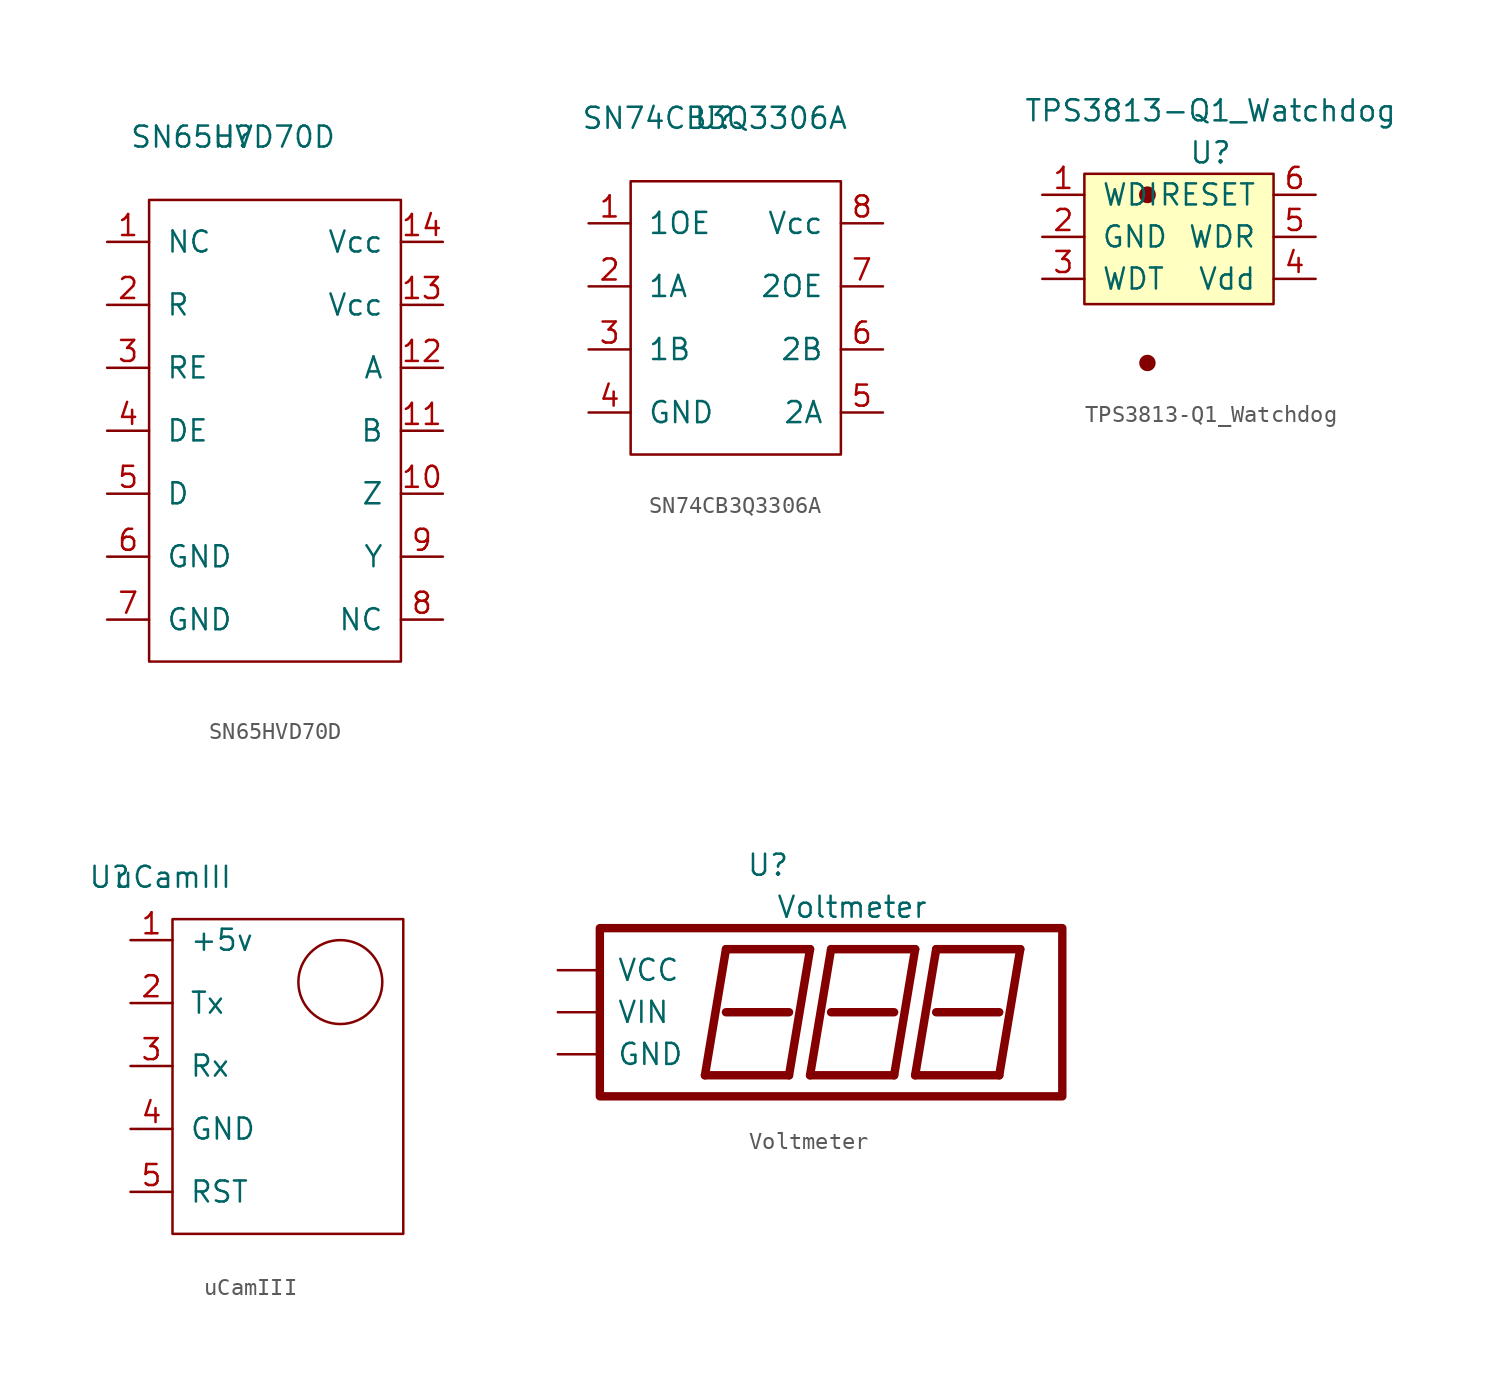
<source format=kicad_sym>
(kicad_symbol_lib
  (version 20211014)
  (generator kicad_symbol_editor)
  (symbol "SN65HVD70D"
    (pin_names
      (offset 1.016))
    (property "Reference" "U"
      (at 0 0 0)
      (effects (font (size 1.27 1.27))))
    (property "Value" "SN65HVD70D"
      (at 0 0 0)
      (effects (font (size 1.27 1.27))))
    (symbol "SN65HVD70D_0_1"
      (rectangle (start -5.08 -3.81) (end 10.16 -31.75) (stroke (width 0) (type default) (color 0 0 0 0)) (fill (type none))))
    (symbol "SN65HVD70D_1_1"
      (pin input line (at -7.62 -6.35 0) (length 2.54) (name "NC" (effects (font (size 1.27 1.27)))) (number "1" (effects (font (size 1.27 1.27)))))
      (pin input line (at 12.7 -21.59 180) (length 2.54) (name "Z" (effects (font (size 1.27 1.27)))) (number "10" (effects (font (size 1.27 1.27)))))
      (pin input line (at 12.7 -17.78 180) (length 2.54) (name "B" (effects (font (size 1.27 1.27)))) (number "11" (effects (font (size 1.27 1.27)))))
      (pin input line (at 12.7 -13.97 180) (length 2.54) (name "A" (effects (font (size 1.27 1.27)))) (number "12" (effects (font (size 1.27 1.27)))))
      (pin input line (at 12.7 -10.16 180) (length 2.54) (name "Vcc" (effects (font (size 1.27 1.27)))) (number "13" (effects (font (size 1.27 1.27)))))
      (pin input line (at 12.7 -6.35 180) (length 2.54) (name "Vcc" (effects (font (size 1.27 1.27)))) (number "14" (effects (font (size 1.27 1.27)))))
      (pin input line (at -7.62 -10.16 0) (length 2.54) (name "R" (effects (font (size 1.27 1.27)))) (number "2" (effects (font (size 1.27 1.27)))))
      (pin input line (at -7.62 -13.97 0) (length 2.54) (name "RE" (effects (font (size 1.27 1.27)))) (number "3" (effects (font (size 1.27 1.27)))))
      (pin input line (at -7.62 -17.78 0) (length 2.54) (name "DE" (effects (font (size 1.27 1.27)))) (number "4" (effects (font (size 1.27 1.27)))))
      (pin input line (at -7.62 -21.59 0) (length 2.54) (name "D" (effects (font (size 1.27 1.27)))) (number "5" (effects (font (size 1.27 1.27)))))
      (pin input line (at -7.62 -25.4 0) (length 2.54) (name "GND" (effects (font (size 1.27 1.27)))) (number "6" (effects (font (size 1.27 1.27)))))
      (pin input line (at -7.62 -29.21 0) (length 2.54) (name "GND" (effects (font (size 1.27 1.27)))) (number "7" (effects (font (size 1.27 1.27)))))
      (pin input line (at 12.7 -29.21 180) (length 2.54) (name "NC" (effects (font (size 1.27 1.27)))) (number "8" (effects (font (size 1.27 1.27)))))
      (pin input line (at 12.7 -25.4 180) (length 2.54) (name "Y" (effects (font (size 1.27 1.27)))) (number "9" (effects (font (size 1.27 1.27)))))))
  (symbol "SN74CB3Q3306A"
    (pin_names
      (offset 1.016))
    (property "Reference" "U"
      (at 0 0 0)
      (effects (font (size 1.27 1.27))))
    (property "Value" "SN74CB3Q3306A"
      (at 0 0 0)
      (effects (font (size 1.27 1.27))))
    (symbol "SN74CB3Q3306A_0_1"
      (rectangle (start -5.08 -3.81) (end 7.62 -20.32) (stroke (width 0) (type default) (color 0 0 0 0)) (fill (type none))))
    (symbol "SN74CB3Q3306A_1_1"
      (pin input line (at -7.62 -6.35 0) (length 2.54) (name "1OE" (effects (font (size 1.27 1.27)))) (number "1" (effects (font (size 1.27 1.27)))))
      (pin input line (at -7.62 -10.16 0) (length 2.54) (name "1A" (effects (font (size 1.27 1.27)))) (number "2" (effects (font (size 1.27 1.27)))))
      (pin input line (at -7.62 -13.97 0) (length 2.54) (name "1B" (effects (font (size 1.27 1.27)))) (number "3" (effects (font (size 1.27 1.27)))))
      (pin input line (at -7.62 -17.78 0) (length 2.54) (name "GND" (effects (font (size 1.27 1.27)))) (number "4" (effects (font (size 1.27 1.27)))))
      (pin input line (at 10.16 -17.78 180) (length 2.54) (name "2A" (effects (font (size 1.27 1.27)))) (number "5" (effects (font (size 1.27 1.27)))))
      (pin input line (at 10.16 -13.97 180) (length 2.54) (name "2B" (effects (font (size 1.27 1.27)))) (number "6" (effects (font (size 1.27 1.27)))))
      (pin input line (at 10.16 -10.16 180) (length 2.54) (name "2OE" (effects (font (size 1.27 1.27)))) (number "7" (effects (font (size 1.27 1.27)))))
      (pin input line (at 10.16 -6.35 180) (length 2.54) (name "Vcc" (effects (font (size 1.27 1.27)))) (number "8" (effects (font (size 1.27 1.27)))))))
  (symbol "TPS3813-Q1_Watchdog"
    (pin_names
      (offset 1.016))
    (property "Reference" "U"
      (at 0 7.62 0)
      (effects (font (size 1.27 1.27))))
    (property "Value" "TPS3813-Q1_Watchdog"
      (at 0 10.16 0)
      (effects (font (size 1.27 1.27))))
    (symbol "TPS3813-Q1_Watchdog_0_1"
      (rectangle (start -3.81 -5.08) (end -3.81 -5.08) (stroke (width 0.991) (type default) (color 0 0 0 0)) (fill (type none)))
      (circle (center -3.81 5.08) (radius 0.0001) (stroke (width 0.508) (type default) (color 0 0 0 0)) (fill (type none)))
      (rectangle (start 3.81 6.35) (end -7.62 -1.524) (stroke (width 0) (type default) (color 0 0 0 0)) (fill (type background))))
    (symbol "TPS3813-Q1_Watchdog_1_1"
      (pin input line (at -10.16 5.08 0) (length 2.54) (name "WDI" (effects (font (size 1.27 1.27)))) (number "1" (effects (font (size 1.27 1.27)))))
      (pin input line (at -10.16 2.54 0) (length 2.54) (name "GND" (effects (font (size 1.27 1.27)))) (number "2" (effects (font (size 1.27 1.27)))))
      (pin input line (at -10.16 0 0) (length 2.54) (name "WDT" (effects (font (size 1.27 1.27)))) (number "3" (effects (font (size 1.27 1.27)))))
      (pin input line (at 6.35 0 180) (length 2.54) (name "Vdd" (effects (font (size 1.27 1.27)))) (number "4" (effects (font (size 1.27 1.27)))))
      (pin input line (at 6.35 2.54 180) (length 2.54) (name "WDR" (effects (font (size 1.27 1.27)))) (number "5" (effects (font (size 1.27 1.27)))))
      (pin output line (at 6.35 5.08 180) (length 2.54) (name "RESET" (effects (font (size 1.27 1.27)))) (number "6" (effects (font (size 1.27 1.27)))))))
  (symbol "uCamIII"
    (pin_names
      (offset 1.016))
    (property "Reference" "U"
      (at -1.27 1.27 0)
      (effects (font (size 1.27 1.27))))
    (property "Value" "uCamIII"
      (at 2.54 1.27 0)
      (effects (font (size 1.27 1.27))))
    (symbol "uCamIII_0_1"
      (rectangle (start 2.54 -1.27) (end 16.51 -20.32) (stroke (width 0) (type default) (color 0 0 0 0)) (fill (type none)))
      (circle (center 12.7 -5.08) (radius 2.54) (stroke (width 0) (type default) (color 0 0 0 0)) (fill (type none))))
    (symbol "uCamIII_1_1"
      (pin input line (at 0 -2.54 0) (length 2.54) (name "+5v" (effects (font (size 1.27 1.27)))) (number "1" (effects (font (size 1.27 1.27)))))
      (pin input line (at 0 -6.35 0) (length 2.54) (name "Tx" (effects (font (size 1.27 1.27)))) (number "2" (effects (font (size 1.27 1.27)))))
      (pin input line (at 0 -10.16 0) (length 2.54) (name "Rx" (effects (font (size 1.27 1.27)))) (number "3" (effects (font (size 1.27 1.27)))))
      (pin input line (at 0 -13.97 0) (length 2.54) (name "GND" (effects (font (size 1.27 1.27)))) (number "4" (effects (font (size 1.27 1.27)))))
      (pin input line (at 0 -17.78 0) (length 2.54) (name "RST" (effects (font (size 1.27 1.27)))) (number "5" (effects (font (size 1.27 1.27)))))))
  (symbol "Voltmeter"
    (pin_names
      (offset 1.016))
    (property "Reference" "U"
      (at -1.27 8.89 0)
      (effects (font (size 1.27 1.27))))
    (property "Value" "Voltmeter"
      (at 3.81 6.35 0)
      (effects (font (size 1.27 1.27))))
    (symbol "Voltmeter_0_1"
      (rectangle (start -11.43 5.08) (end 16.51 -5.08) (stroke (width 0.508) (type default) (color 0 0 0 0)) (fill (type none)))
      (polyline (pts (xy 7.62 -3.81) (xy 12.7 -3.81)) (stroke (width 0.508) (type default) (color 0 0 0 0)) (fill (type none)))
      (polyline (pts (xy 8.89 0) (xy 12.7 0)) (stroke (width 0.508) (type default) (color 0 0 0 0)) (fill (type none)))
      (polyline (pts (xy 8.89 3.81) (xy 7.62 -3.81)) (stroke (width 0.508) (type default) (color 0 0 0 0)) (fill (type none)))
      (polyline (pts (xy 12.7 -3.81) (xy 12.7 -3.81)) (stroke (width 0) (type default) (color 0 0 0 0)) (fill (type none)))
      (polyline (pts (xy 13.97 3.81) (xy 8.89 3.81)) (stroke (width 0.508) (type default) (color 0 0 0 0)) (fill (type none)))
      (polyline (pts (xy 13.97 3.81) (xy 12.7 -3.81)) (stroke (width 0.508) (type default) (color 0 0 0 0)) (fill (type none))))
    (symbol "Voltmeter_1_1"
      (polyline (pts (xy -5.08 -3.81) (xy 0 -3.81)) (stroke (width 0.508) (type default) (color 0 0 0 0)) (fill (type none)))
      (polyline (pts (xy -3.81 0) (xy 0 0)) (stroke (width 0.508) (type default) (color 0 0 0 0)) (fill (type none)))
      (polyline (pts (xy -3.81 3.81) (xy -5.08 -3.81)) (stroke (width 0.508) (type default) (color 0 0 0 0)) (fill (type none)))
      (polyline (pts (xy 0 -3.81) (xy 0 -3.81)) (stroke (width 0) (type default) (color 0 0 0 0)) (fill (type none)))
      (polyline (pts (xy 1.27 -3.81) (xy 6.35 -3.81)) (stroke (width 0.508) (type default) (color 0 0 0 0)) (fill (type none)))
      (polyline (pts (xy 1.27 3.81) (xy -3.81 3.81)) (stroke (width 0.508) (type default) (color 0 0 0 0)) (fill (type none)))
      (polyline (pts (xy 1.27 3.81) (xy 0 -3.81)) (stroke (width 0.508) (type default) (color 0 0 0 0)) (fill (type none)))
      (polyline (pts (xy 2.54 0) (xy 6.35 0)) (stroke (width 0.508) (type default) (color 0 0 0 0)) (fill (type none)))
      (polyline (pts (xy 2.54 3.81) (xy 1.27 -3.81)) (stroke (width 0.508) (type default) (color 0 0 0 0)) (fill (type none)))
      (polyline (pts (xy 6.35 -3.81) (xy 6.35 -3.81)) (stroke (width 0) (type default) (color 0 0 0 0)) (fill (type none)))
      (polyline (pts (xy 7.62 3.81) (xy 2.54 3.81)) (stroke (width 0.508) (type default) (color 0 0 0 0)) (fill (type none)))
      (polyline (pts (xy 7.62 3.81) (xy 6.35 -3.81)) (stroke (width 0.508) (type default) (color 0 0 0 0)) (fill (type none)))
      (pin input line (at -13.97 -2.54 0) (length 2.54) (name "GND" (effects (font (size 1.27 1.27)))) (number "~" (effects (font (size 1.27 1.27)))))
      (pin input line (at -13.97 2.54 0) (length 2.54) (name "VCC" (effects (font (size 1.27 1.27)))) (number "~" (effects (font (size 1.27 1.27)))))
      (pin input line (at -13.97 0 0) (length 2.54) (name "VIN" (effects (font (size 1.27 1.27)))) (number "~" (effects (font (size 1.27 1.27))))))))
</source>
